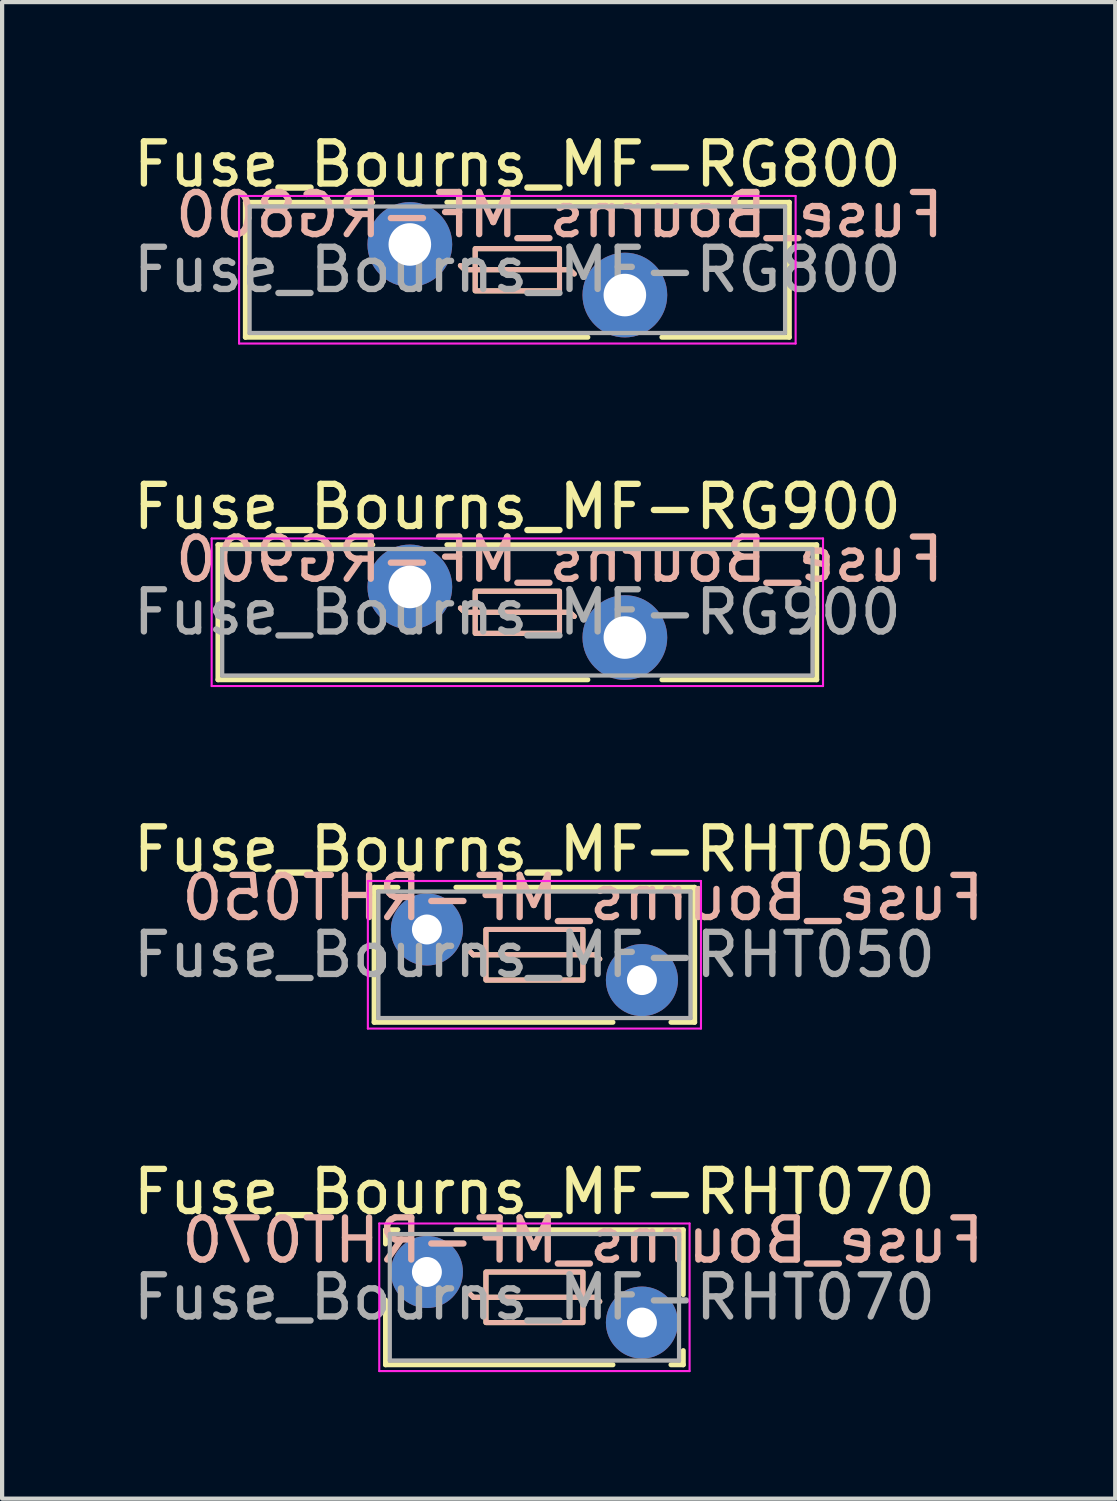
<source format=kicad_pcb>
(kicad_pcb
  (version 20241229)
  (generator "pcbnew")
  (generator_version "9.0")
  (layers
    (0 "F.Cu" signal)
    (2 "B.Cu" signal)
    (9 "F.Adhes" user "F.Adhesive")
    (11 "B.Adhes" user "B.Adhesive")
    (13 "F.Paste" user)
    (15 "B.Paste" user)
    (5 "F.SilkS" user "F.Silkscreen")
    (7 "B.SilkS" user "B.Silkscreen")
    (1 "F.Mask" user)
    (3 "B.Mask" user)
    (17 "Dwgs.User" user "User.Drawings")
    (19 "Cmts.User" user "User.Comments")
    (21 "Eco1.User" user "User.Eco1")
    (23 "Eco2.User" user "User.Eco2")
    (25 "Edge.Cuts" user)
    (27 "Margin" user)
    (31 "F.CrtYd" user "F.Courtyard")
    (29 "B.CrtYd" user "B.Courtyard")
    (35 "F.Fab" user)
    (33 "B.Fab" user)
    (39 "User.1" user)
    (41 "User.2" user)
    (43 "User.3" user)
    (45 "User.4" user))
  (footprint "Fuse_Bourns_MF-RG900"
    (layer "F.Cu")
    (at 6.67 10.871)
    (property "Reference" "Fuse_Bourns_MF-RG900" (at 2.55 -1.9 0) (layer "F.SilkS") (effects (font (size 1 1) (thickness 0.15))))
    (fp_line (start -4.55 -1) (end -4.55 2.2) (stroke (width 0.12) (type solid)) (layer "F.SilkS"))
    (fp_line (start -4.55 -1) (end -0.879 -1) (stroke (width 0.12) (type solid)) (layer "F.SilkS"))
    (fp_line (start -4.55 2.2) (end 4.222 2.2) (stroke (width 0.12) (type solid)) (layer "F.SilkS"))
    (fp_line (start 0.879 -1) (end 9.65 -1) (stroke (width 0.12) (type solid)) (layer "F.SilkS"))
    (fp_line (start 1.3 0.6) (end 1.2 0.5) (stroke (width 0.12) (type solid)) (layer "F.SilkS"))
    (fp_line (start 3.8 0.6) (end 1.3 0.6) (stroke (width 0.12) (type solid)) (layer "F.SilkS"))
    (fp_line (start 3.8 0.6) (end 3.9 0.7) (stroke (width 0.12) (type solid)) (layer "F.SilkS"))
    (fp_line (start 5.979 2.2) (end 9.65 2.2) (stroke (width 0.12) (type solid)) (layer "F.SilkS"))
    (fp_line (start 9.65 -1) (end 9.65 2.2) (stroke (width 0.12) (type solid)) (layer "F.SilkS"))
    (fp_rect (start 1.55 0.1) (end 3.55 1.1) (stroke (width 0.12) (type solid)) (fill no) (layer "F.SilkS"))
    (fp_line (start 1.2 0.5) (end 1.3 0.6) (stroke (width 0.12) (type solid)) (layer "B.SilkS"))
    (fp_line (start 1.3 0.6) (end 3.8 0.6) (stroke (width 0.12) (type solid)) (layer "B.SilkS"))
    (fp_line (start 3.8 0.6) (end 3.9 0.7) (stroke (width 0.12) (type solid)) (layer "B.SilkS"))
    (fp_rect (start 1.55 0.1) (end 3.55 1.1) (stroke (width 0.12) (type solid)) (fill no) (layer "B.SilkS"))
    (fp_line (start -4.7 -1.15) (end -4.7 2.35) (stroke (width 0.05) (type solid)) (layer "F.CrtYd"))
    (fp_line (start -4.7 2.35) (end 9.8 2.35) (stroke (width 0.05) (type solid)) (layer "F.CrtYd"))
    (fp_line (start 9.8 -1.15) (end -4.7 -1.15) (stroke (width 0.05) (type solid)) (layer "F.CrtYd"))
    (fp_line (start 9.8 2.35) (end 9.8 -1.15) (stroke (width 0.05) (type solid)) (layer "F.CrtYd"))
    (fp_line (start -4.45 -0.9) (end -4.45 2.1) (stroke (width 0.1) (type solid)) (layer "F.Fab"))
    (fp_line (start -4.45 2.1) (end 9.55 2.1) (stroke (width 0.1) (type solid)) (layer "F.Fab"))
    (fp_line (start 9.55 -0.9) (end -4.45 -0.9) (stroke (width 0.1) (type solid)) (layer "F.Fab"))
    (fp_line (start 9.55 2.1) (end 9.55 -0.9) (stroke (width 0.1) (type solid)) (layer "F.Fab"))
    (fp_text user "${REFERENCE}" (at 3.55 -0.65 0) (layer "B.SilkS") (effects (font (size 1 1) (thickness 0.15)) (justify mirror)))
    (fp_text user "${REFERENCE}" (at 2.55 0.6 0) (layer "F.Fab") (effects (font (size 1 1) (thickness 0.15))))
    (pad "1" thru_hole circle (at 0 0) (size 2.01 2.01) (drill 1.01) (layers "*.Cu" "*.Mask"))
    (pad "2" thru_hole circle (at 5.1 1.2) (size 2.01 2.01) (drill 1.01) (layers "*.Cu" "*.Mask")))
  (footprint "Fuse_Bourns_MF-RHT050"
    (layer "F.Cu")
    (at 7.075 18.995)
    (property "Reference" "Fuse_Bourns_MF-RHT050" (at 2.55 -1.9 0) (layer "F.SilkS") (effects (font (size 1 1) (thickness 0.15))))
    (fp_line (start -1.251 -1) (end -1.251 2.2) (stroke (width 0.12) (type solid)) (layer "F.SilkS"))
    (fp_line (start -1.251 -1) (end -0.689 -1) (stroke (width 0.12) (type solid)) (layer "F.SilkS"))
    (fp_line (start -1.251 2.2) (end 4.412 2.2) (stroke (width 0.12) (type solid)) (layer "F.SilkS"))
    (fp_line (start 0.689 -1) (end 6.35 -1) (stroke (width 0.12) (type solid)) (layer "F.SilkS"))
    (fp_line (start 1.1 0.6) (end 1 0.5) (stroke (width 0.12) (type solid)) (layer "F.SilkS"))
    (fp_line (start 4 0.6) (end 1.1 0.6) (stroke (width 0.12) (type solid)) (layer "F.SilkS"))
    (fp_line (start 4 0.6) (end 4.1 0.7) (stroke (width 0.12) (type solid)) (layer "F.SilkS"))
    (fp_line (start 5.789 2.2) (end 6.35 2.2) (stroke (width 0.12) (type solid)) (layer "F.SilkS"))
    (fp_line (start 6.35 -1) (end 6.35 2.2) (stroke (width 0.12) (type solid)) (layer "F.SilkS"))
    (fp_rect (start 1.4 0) (end 3.7 1.2) (stroke (width 0.12) (type solid)) (fill no) (layer "F.SilkS"))
    (fp_line (start 1 0.5) (end 1.1 0.6) (stroke (width 0.12) (type solid)) (layer "B.SilkS"))
    (fp_line (start 1.1 0.6) (end 4 0.6) (stroke (width 0.12) (type solid)) (layer "B.SilkS"))
    (fp_line (start 4 0.6) (end 4.1 0.7) (stroke (width 0.12) (type solid)) (layer "B.SilkS"))
    (fp_rect (start 1.4 0) (end 3.7 1.2) (stroke (width 0.12) (type solid)) (fill no) (layer "B.SilkS"))
    (fp_line (start -1.4 -1.15) (end -1.4 2.35) (stroke (width 0.05) (type solid)) (layer "F.CrtYd"))
    (fp_line (start -1.4 2.35) (end 6.5 2.35) (stroke (width 0.05) (type solid)) (layer "F.CrtYd"))
    (fp_line (start 6.5 -1.15) (end -1.4 -1.15) (stroke (width 0.05) (type solid)) (layer "F.CrtYd"))
    (fp_line (start 6.5 2.35) (end 6.5 -1.15) (stroke (width 0.05) (type solid)) (layer "F.CrtYd"))
    (fp_line (start -1.15 -0.9) (end -1.15 2.1) (stroke (width 0.1) (type solid)) (layer "F.Fab"))
    (fp_line (start -1.15 2.1) (end 6.25 2.1) (stroke (width 0.1) (type solid)) (layer "F.Fab"))
    (fp_line (start 6.25 -0.9) (end -1.15 -0.9) (stroke (width 0.1) (type solid)) (layer "F.Fab"))
    (fp_line (start 6.25 2.1) (end 6.25 -0.9) (stroke (width 0.1) (type solid)) (layer "F.Fab"))
    (fp_text user "${REFERENCE}" (at 3.7 -0.75 0) (layer "B.SilkS") (effects (font (size 1 1) (thickness 0.15)) (justify mirror)))
    (fp_text user "${REFERENCE}" (at 2.55 0.6 0) (layer "F.Fab") (effects (font (size 1 1) (thickness 0.15))))
    (pad "1" thru_hole circle (at 0 0) (size 1.71 1.71) (drill 0.71) (layers "*.Cu" "*.Mask"))
    (pad "2" thru_hole circle (at 5.1 1.2) (size 1.71 1.71) (drill 0.71) (layers "*.Cu" "*.Mask")))
  (footprint "Fuse_Bourns_MF-RG800"
    (layer "F.Cu")
    (at 6.67 2.748)
    (property "Reference" "Fuse_Bourns_MF-RG800" (at 2.55 -1.9 0) (layer "F.SilkS") (effects (font (size 1 1) (thickness 0.15))))
    (fp_line (start -3.9 -1) (end -3.9 2.2) (stroke (width 0.12) (type solid)) (layer "F.SilkS"))
    (fp_line (start -3.9 -1) (end -0.879 -1) (stroke (width 0.12) (type solid)) (layer "F.SilkS"))
    (fp_line (start -3.9 2.2) (end 4.222 2.2) (stroke (width 0.12) (type solid)) (layer "F.SilkS"))
    (fp_line (start 0.879 -1) (end 9 -1) (stroke (width 0.12) (type solid)) (layer "F.SilkS"))
    (fp_line (start 1.3 0.6) (end 1.2 0.5) (stroke (width 0.12) (type solid)) (layer "F.SilkS"))
    (fp_line (start 3.8 0.6) (end 1.3 0.6) (stroke (width 0.12) (type solid)) (layer "F.SilkS"))
    (fp_line (start 3.8 0.6) (end 3.9 0.7) (stroke (width 0.12) (type solid)) (layer "F.SilkS"))
    (fp_line (start 5.979 2.2) (end 9 2.2) (stroke (width 0.12) (type solid)) (layer "F.SilkS"))
    (fp_line (start 9 -1) (end 9 2.2) (stroke (width 0.12) (type solid)) (layer "F.SilkS"))
    (fp_rect (start 1.55 0.1) (end 3.55 1.1) (stroke (width 0.12) (type solid)) (fill no) (layer "F.SilkS"))
    (fp_line (start 1.2 0.5) (end 1.3 0.6) (stroke (width 0.12) (type solid)) (layer "B.SilkS"))
    (fp_line (start 1.3 0.6) (end 3.8 0.6) (stroke (width 0.12) (type solid)) (layer "B.SilkS"))
    (fp_line (start 3.8 0.6) (end 3.9 0.7) (stroke (width 0.12) (type solid)) (layer "B.SilkS"))
    (fp_rect (start 1.55 0.1) (end 3.55 1.1) (stroke (width 0.12) (type solid)) (fill no) (layer "B.SilkS"))
    (fp_line (start -4.05 -1.15) (end -4.05 2.35) (stroke (width 0.05) (type solid)) (layer "F.CrtYd"))
    (fp_line (start -4.05 2.35) (end 9.15 2.35) (stroke (width 0.05) (type solid)) (layer "F.CrtYd"))
    (fp_line (start 9.15 -1.15) (end -4.05 -1.15) (stroke (width 0.05) (type solid)) (layer "F.CrtYd"))
    (fp_line (start 9.15 2.35) (end 9.15 -1.15) (stroke (width 0.05) (type solid)) (layer "F.CrtYd"))
    (fp_line (start -3.8 -0.9) (end -3.8 2.1) (stroke (width 0.1) (type solid)) (layer "F.Fab"))
    (fp_line (start -3.8 2.1) (end 8.9 2.1) (stroke (width 0.1) (type solid)) (layer "F.Fab"))
    (fp_line (start 8.9 -0.9) (end -3.8 -0.9) (stroke (width 0.1) (type solid)) (layer "F.Fab"))
    (fp_line (start 8.9 2.1) (end 8.9 -0.9) (stroke (width 0.1) (type solid)) (layer "F.Fab"))
    (fp_text user "${REFERENCE}" (at 3.55 -0.7 0) (layer "B.SilkS") (effects (font (size 1 1) (thickness 0.15)) (justify mirror)))
    (fp_text user "${REFERENCE}" (at 2.55 0.6 0) (layer "F.Fab") (effects (font (size 1 1) (thickness 0.15))))
    (pad "1" thru_hole circle (at 0 0) (size 2.01 2.01) (drill 1.01) (layers "*.Cu" "*.Mask"))
    (pad "2" thru_hole circle (at 5.1 1.2) (size 2.01 2.01) (drill 1.01) (layers "*.Cu" "*.Mask")))
  (footprint "Fuse_Bourns_MF-RHT070"
    (layer "F.Cu")
    (at 7.075 27.118)
    (property "Reference" "Fuse_Bourns_MF-RHT070" (at 2.55 -1.9 0) (layer "F.SilkS") (effects (font (size 1 1) (thickness 0.15))))
    (fp_line (start -0.981 -1) (end -0.981 -0.665) (stroke (width 0.12) (type solid)) (layer "F.SilkS"))
    (fp_line (start -0.981 -1) (end -0.689 -1) (stroke (width 0.12) (type solid)) (layer "F.SilkS"))
    (fp_line (start -0.981 0.665) (end -0.981 2.2) (stroke (width 0.12) (type solid)) (layer "F.SilkS"))
    (fp_line (start -0.981 2.2) (end 4.412 2.2) (stroke (width 0.12) (type solid)) (layer "F.SilkS"))
    (fp_line (start 0.689 -1) (end 6.08 -1) (stroke (width 0.12) (type solid)) (layer "F.SilkS"))
    (fp_line (start 1.1 0.6) (end 1 0.5) (stroke (width 0.12) (type solid)) (layer "F.SilkS"))
    (fp_line (start 4 0.6) (end 1.1 0.6) (stroke (width 0.12) (type solid)) (layer "F.SilkS"))
    (fp_line (start 4 0.6) (end 4.1 0.7) (stroke (width 0.12) (type solid)) (layer "F.SilkS"))
    (fp_line (start 5.789 2.2) (end 6.08 2.2) (stroke (width 0.12) (type solid)) (layer "F.SilkS"))
    (fp_line (start 6.08 -1) (end 6.08 0.536) (stroke (width 0.12) (type solid)) (layer "F.SilkS"))
    (fp_line (start 6.08 1.865) (end 6.08 2.2) (stroke (width 0.12) (type solid)) (layer "F.SilkS"))
    (fp_rect (start 1.4 0) (end 3.7 1.2) (stroke (width 0.12) (type solid)) (fill no) (layer "F.SilkS"))
    (fp_line (start 1 0.5) (end 1.1 0.6) (stroke (width 0.12) (type solid)) (layer "B.SilkS"))
    (fp_line (start 1.1 0.6) (end 4 0.6) (stroke (width 0.12) (type solid)) (layer "B.SilkS"))
    (fp_line (start 4 0.6) (end 4.1 0.7) (stroke (width 0.12) (type solid)) (layer "B.SilkS"))
    (fp_rect (start 1.4 0) (end 3.7 1.2) (stroke (width 0.12) (type solid)) (fill no) (layer "B.SilkS"))
    (fp_line (start -1.13 -1.15) (end -1.13 2.35) (stroke (width 0.05) (type solid)) (layer "F.CrtYd"))
    (fp_line (start -1.13 2.35) (end 6.23 2.35) (stroke (width 0.05) (type solid)) (layer "F.CrtYd"))
    (fp_line (start 6.23 -1.15) (end -1.13 -1.15) (stroke (width 0.05) (type solid)) (layer "F.CrtYd"))
    (fp_line (start 6.23 2.35) (end 6.23 -1.15) (stroke (width 0.05) (type solid)) (layer "F.CrtYd"))
    (fp_line (start -0.88 -0.9) (end -0.88 2.1) (stroke (width 0.1) (type solid)) (layer "F.Fab"))
    (fp_line (start -0.88 2.1) (end 5.98 2.1) (stroke (width 0.1) (type solid)) (layer "F.Fab"))
    (fp_line (start 5.98 -0.9) (end -0.88 -0.9) (stroke (width 0.1) (type solid)) (layer "F.Fab"))
    (fp_line (start 5.98 2.1) (end 5.98 -0.9) (stroke (width 0.1) (type solid)) (layer "F.Fab"))
    (fp_text user "${REFERENCE}" (at 3.7 -0.75 0) (layer "B.SilkS") (effects (font (size 1 1) (thickness 0.15)) (justify mirror)))
    (fp_text user "${REFERENCE}" (at 2.55 0.6 0) (layer "F.Fab") (effects (font (size 1 1) (thickness 0.15))))
    (pad "1" thru_hole circle (at 0 0) (size 1.71 1.71) (drill 0.71) (layers "*.Cu" "*.Mask"))
    (pad "2" thru_hole circle (at 5.1 1.2) (size 1.71 1.71) (drill 0.71) (layers "*.Cu" "*.Mask")))
  (gr_rect
    (start -3 -3)
    (end 23.4 32.493)
    (stroke (width 0.1) (type default))
    (fill no)
    (layer "Edge.Cuts")))
</source>
